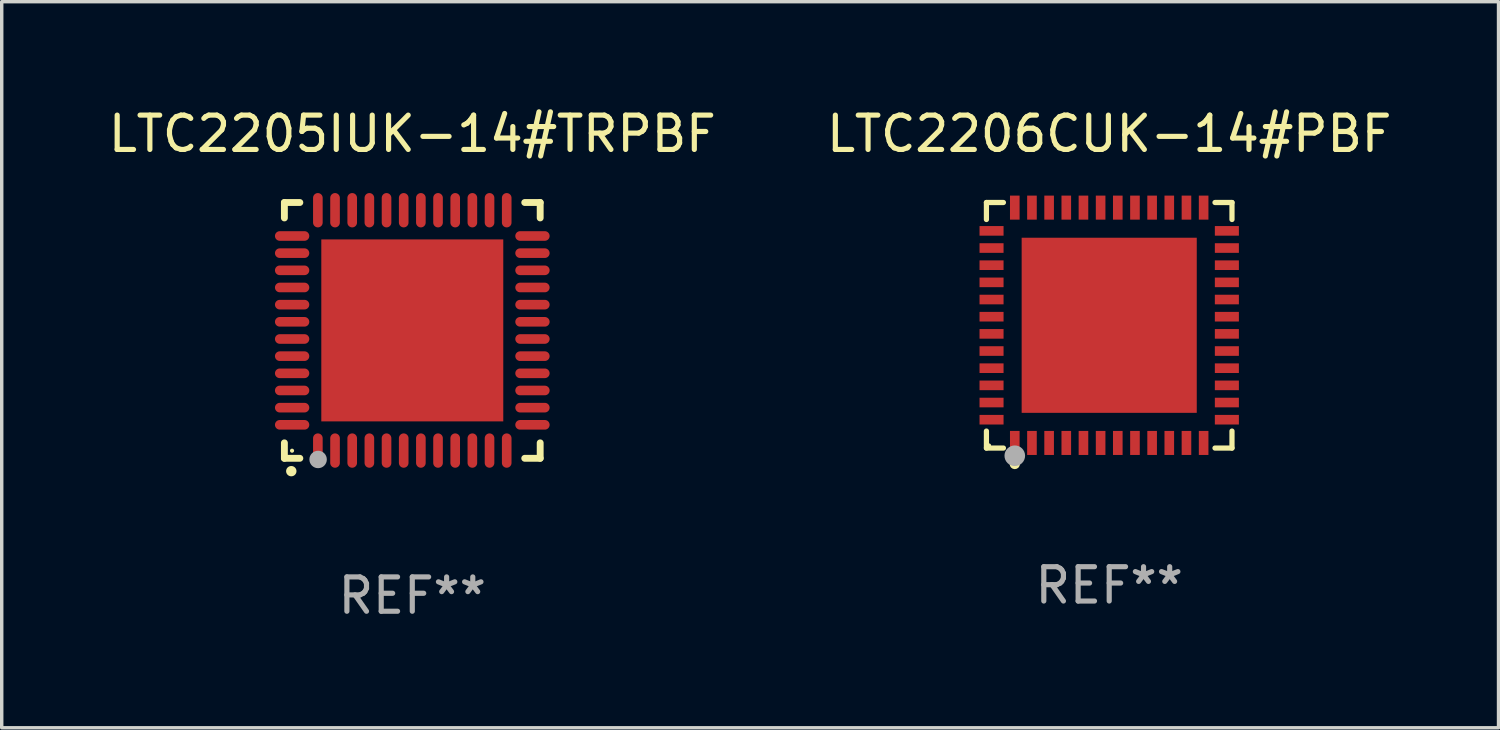
<source format=kicad_pcb>
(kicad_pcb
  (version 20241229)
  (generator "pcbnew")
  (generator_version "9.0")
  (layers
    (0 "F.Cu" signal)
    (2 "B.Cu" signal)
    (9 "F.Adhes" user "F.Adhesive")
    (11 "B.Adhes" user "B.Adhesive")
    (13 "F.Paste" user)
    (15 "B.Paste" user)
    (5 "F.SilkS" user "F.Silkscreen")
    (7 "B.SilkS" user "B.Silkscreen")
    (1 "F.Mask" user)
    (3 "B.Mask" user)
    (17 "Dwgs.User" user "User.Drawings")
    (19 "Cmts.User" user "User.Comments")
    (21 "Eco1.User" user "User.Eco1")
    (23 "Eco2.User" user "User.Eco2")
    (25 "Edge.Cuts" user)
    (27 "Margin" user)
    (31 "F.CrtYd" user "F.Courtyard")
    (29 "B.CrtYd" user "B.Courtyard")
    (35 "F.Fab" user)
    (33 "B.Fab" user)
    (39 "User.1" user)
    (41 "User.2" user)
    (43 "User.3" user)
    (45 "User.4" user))
  (footprint "LTC2205IUK-14#TRPBF"
    (layer "F.Cu")
    (at 8.958 6.573)
    (property "Reference" "LTC2205IUK-14#TRPBF" (at 0 -5.725 0) (layer "F.SilkS") (effects (font (size 1 1) (thickness 0.15))))
    (attr through_hole)
    (fp_line (start -3.725 -3.725) (end -3.275 -3.725) (stroke (width 0.2) (type solid)) (layer "F.SilkS"))
    (fp_line (start -3.725 -3.275) (end -3.725 -3.725) (stroke (width 0.2) (type solid)) (layer "F.SilkS"))
    (fp_line (start -3.725 3.725) (end -3.725 3.275) (stroke (width 0.2) (type solid)) (layer "F.SilkS"))
    (fp_line (start -3.275 3.725) (end -3.725 3.725) (stroke (width 0.2) (type solid)) (layer "F.SilkS"))
    (fp_line (start 3.275 3.725) (end 3.725 3.725) (stroke (width 0.2) (type solid)) (layer "F.SilkS"))
    (fp_line (start 3.725 -3.725) (end 3.275 -3.725) (stroke (width 0.2) (type solid)) (layer "F.SilkS"))
    (fp_line (start 3.725 -3.275) (end 3.725 -3.725) (stroke (width 0.2) (type solid)) (layer "F.SilkS"))
    (fp_line (start 3.725 3.725) (end 3.725 3.275) (stroke (width 0.2) (type solid)) (layer "F.SilkS"))
    (fp_arc (start -3.525527 4.099568) (mid -3.524257 4.099563) (end -3.522987 4.099568) (stroke (width 0.3) (type solid)) (layer "F.SilkS"))
    (fp_circle (center -3.502 3.504) (end -3.472 3.504) (stroke (width 0.06) (type solid)) (fill no) (layer "F.SilkS"))
    (fp_circle (center -2.743 3.759) (end -2.616 3.759) (stroke (width 0.254) (type solid)) (fill no) (layer "F.Fab"))
    (fp_text user "REF**" (at 0 7.725 0) (layer "F.Fab") (effects (font (size 1 1) (thickness 0.15))))
    (pad "1" smd oval (at -2.75 3.5) (size 0.28 1) (layers "F.Cu" "F.Mask" "F.Paste"))
    (pad "2" smd oval (at -2.25 3.5) (size 0.28 1) (layers "F.Cu" "F.Mask" "F.Paste"))
    (pad "3" smd oval (at -1.75 3.5) (size 0.28 1) (layers "F.Cu" "F.Mask" "F.Paste"))
    (pad "4" smd oval (at -1.25 3.5) (size 0.28 1) (layers "F.Cu" "F.Mask" "F.Paste"))
    (pad "5" smd oval (at -0.75 3.5) (size 0.28 1) (layers "F.Cu" "F.Mask" "F.Paste"))
    (pad "6" smd oval (at -0.25 3.5) (size 0.28 1) (layers "F.Cu" "F.Mask" "F.Paste"))
    (pad "7" smd oval (at 0.25 3.5) (size 0.28 1) (layers "F.Cu" "F.Mask" "F.Paste"))
    (pad "8" smd oval (at 0.75 3.5) (size 0.28 1) (layers "F.Cu" "F.Mask" "F.Paste"))
    (pad "9" smd oval (at 1.25 3.5) (size 0.28 1) (layers "F.Cu" "F.Mask" "F.Paste"))
    (pad "10" smd oval (at 1.75 3.5) (size 0.28 1) (layers "F.Cu" "F.Mask" "F.Paste"))
    (pad "11" smd oval (at 2.25 3.5) (size 0.28 1) (layers "F.Cu" "F.Mask" "F.Paste"))
    (pad "12" smd oval (at 2.75 3.5) (size 0.28 1) (layers "F.Cu" "F.Mask" "F.Paste"))
    (pad "13" smd oval (at 3.5 2.75) (size 1 0.28) (layers "F.Cu" "F.Mask" "F.Paste"))
    (pad "14" smd oval (at 3.5 2.25) (size 1 0.28) (layers "F.Cu" "F.Mask" "F.Paste"))
    (pad "15" smd oval (at 3.5 1.75) (size 1 0.28) (layers "F.Cu" "F.Mask" "F.Paste"))
    (pad "16" smd oval (at 3.5 1.25) (size 1 0.28) (layers "F.Cu" "F.Mask" "F.Paste"))
    (pad "17" smd oval (at 3.5 0.75) (size 1 0.28) (layers "F.Cu" "F.Mask" "F.Paste"))
    (pad "18" smd oval (at 3.5 0.25) (size 1 0.28) (layers "F.Cu" "F.Mask" "F.Paste"))
    (pad "19" smd oval (at 3.5 -0.25) (size 1 0.28) (layers "F.Cu" "F.Mask" "F.Paste"))
    (pad "20" smd oval (at 3.5 -0.75) (size 1 0.28) (layers "F.Cu" "F.Mask" "F.Paste"))
    (pad "21" smd oval (at 3.5 -1.25) (size 1 0.28) (layers "F.Cu" "F.Mask" "F.Paste"))
    (pad "22" smd oval (at 3.5 -1.75) (size 1 0.28) (layers "F.Cu" "F.Mask" "F.Paste"))
    (pad "23" smd oval (at 3.5 -2.25) (size 1 0.28) (layers "F.Cu" "F.Mask" "F.Paste"))
    (pad "24" smd oval (at 3.5 -2.75) (size 1 0.28) (layers "F.Cu" "F.Mask" "F.Paste"))
    (pad "25" smd oval (at 2.75 -3.5) (size 0.28 1) (layers "F.Cu" "F.Mask" "F.Paste"))
    (pad "26" smd oval (at 2.25 -3.5) (size 0.28 1) (layers "F.Cu" "F.Mask" "F.Paste"))
    (pad "27" smd oval (at 1.75 -3.5) (size 0.28 1) (layers "F.Cu" "F.Mask" "F.Paste"))
    (pad "28" smd oval (at 1.25 -3.5) (size 0.28 1) (layers "F.Cu" "F.Mask" "F.Paste"))
    (pad "29" smd oval (at 0.75 -3.5) (size 0.28 1) (layers "F.Cu" "F.Mask" "F.Paste"))
    (pad "30" smd oval (at 0.25 -3.5) (size 0.28 1) (layers "F.Cu" "F.Mask" "F.Paste"))
    (pad "31" smd oval (at -0.25 -3.5) (size 0.28 1) (layers "F.Cu" "F.Mask" "F.Paste"))
    (pad "32" smd oval (at -0.75 -3.5) (size 0.28 1) (layers "F.Cu" "F.Mask" "F.Paste"))
    (pad "33" smd oval (at -1.25 -3.5) (size 0.28 1) (layers "F.Cu" "F.Mask" "F.Paste"))
    (pad "34" smd oval (at -1.75 -3.5) (size 0.28 1) (layers "F.Cu" "F.Mask" "F.Paste"))
    (pad "35" smd oval (at -2.25 -3.5) (size 0.28 1) (layers "F.Cu" "F.Mask" "F.Paste"))
    (pad "36" smd oval (at -2.75 -3.5) (size 0.28 1) (layers "F.Cu" "F.Mask" "F.Paste"))
    (pad "37" smd oval (at -3.5 -2.75) (size 1 0.28) (layers "F.Cu" "F.Mask" "F.Paste"))
    (pad "38" smd oval (at -3.5 -2.25) (size 1 0.28) (layers "F.Cu" "F.Mask" "F.Paste"))
    (pad "39" smd oval (at -3.5 -1.75) (size 1 0.28) (layers "F.Cu" "F.Mask" "F.Paste"))
    (pad "40" smd oval (at -3.5 -1.25) (size 1 0.28) (layers "F.Cu" "F.Mask" "F.Paste"))
    (pad "41" smd oval (at -3.5 -0.75) (size 1 0.28) (layers "F.Cu" "F.Mask" "F.Paste"))
    (pad "42" smd oval (at -3.5 -0.25) (size 1 0.28) (layers "F.Cu" "F.Mask" "F.Paste"))
    (pad "43" smd oval (at -3.5 0.25) (size 1 0.28) (layers "F.Cu" "F.Mask" "F.Paste"))
    (pad "44" smd oval (at -3.5 0.75) (size 1 0.28) (layers "F.Cu" "F.Mask" "F.Paste"))
    (pad "45" smd oval (at -3.5 1.25) (size 1 0.28) (layers "F.Cu" "F.Mask" "F.Paste"))
    (pad "46" smd oval (at -3.5 1.75) (size 1 0.28) (layers "F.Cu" "F.Mask" "F.Paste"))
    (pad "47" smd oval (at -3.5 2.25) (size 1 0.28) (layers "F.Cu" "F.Mask" "F.Paste"))
    (pad "48" smd oval (at -3.5 2.75) (size 1 0.28) (layers "F.Cu" "F.Mask" "F.Paste"))
    (pad "49" smd rect (at 0 0) (size 5.3 5.3) (layers "F.Cu" "F.Mask" "F.Paste")))
  (footprint "LTC2206CUK-14#PBF"
    (layer "F.Cu")
    (at 29.256 6.424)
    (property "Reference" "LTC2206CUK-14#PBF" (at 0 -5.576 0) (layer "F.SilkS") (effects (font (size 1 1) (thickness 0.15))))
    (attr through_hole)
    (fp_line (start -3.576 -3.576) (end -3.081 -3.576) (stroke (width 0.152) (type solid)) (layer "F.SilkS"))
    (fp_line (start -3.576 -3.081) (end -3.576 -3.576) (stroke (width 0.152) (type solid)) (layer "F.SilkS"))
    (fp_line (start -3.576 3.081) (end -3.576 3.576) (stroke (width 0.152) (type solid)) (layer "F.SilkS"))
    (fp_line (start -3.576 3.576) (end -3.081 3.576) (stroke (width 0.152) (type solid)) (layer "F.SilkS"))
    (fp_line (start 3.576 -3.576) (end 3.081 -3.576) (stroke (width 0.152) (type solid)) (layer "F.SilkS"))
    (fp_line (start 3.576 -3.081) (end 3.576 -3.576) (stroke (width 0.152) (type solid)) (layer "F.SilkS"))
    (fp_line (start 3.576 3.081) (end 3.576 3.576) (stroke (width 0.152) (type solid)) (layer "F.SilkS"))
    (fp_line (start 3.576 3.576) (end 3.081 3.576) (stroke (width 0.152) (type solid)) (layer "F.SilkS"))
    (fp_circle (center -3.5 3.5) (end -3.47 3.5) (stroke (width 0.06) (type solid)) (fill no) (layer "F.SilkS"))
    (fp_circle (center -2.75 4.04) (end -2.675 4.04) (stroke (width 0.15) (type solid)) (fill no) (layer "F.SilkS"))
    (fp_circle (center -2.75 3.8) (end -2.6 3.8) (stroke (width 0.3) (type solid)) (fill no) (layer "F.Fab"))
    (fp_text user "REF**" (at 0 7.576 0) (layer "F.Fab") (effects (font (size 1 1) (thickness 0.15))))
    (pad "1" smd rect (at -2.75 3.427) (size 0.28 0.7) (layers "F.Cu" "F.Mask" "F.Paste"))
    (pad "2" smd rect (at -2.25 3.427) (size 0.28 0.7) (layers "F.Cu" "F.Mask" "F.Paste"))
    (pad "3" smd rect (at -1.75 3.427) (size 0.28 0.7) (layers "F.Cu" "F.Mask" "F.Paste"))
    (pad "4" smd rect (at -1.25 3.427) (size 0.28 0.7) (layers "F.Cu" "F.Mask" "F.Paste"))
    (pad "5" smd rect (at -0.75 3.427) (size 0.28 0.7) (layers "F.Cu" "F.Mask" "F.Paste"))
    (pad "6" smd rect (at -0.25 3.427) (size 0.28 0.7) (layers "F.Cu" "F.Mask" "F.Paste"))
    (pad "7" smd rect (at 0.25 3.427) (size 0.28 0.7) (layers "F.Cu" "F.Mask" "F.Paste"))
    (pad "8" smd rect (at 0.75 3.427) (size 0.28 0.7) (layers "F.Cu" "F.Mask" "F.Paste"))
    (pad "9" smd rect (at 1.25 3.427) (size 0.28 0.7) (layers "F.Cu" "F.Mask" "F.Paste"))
    (pad "10" smd rect (at 1.75 3.427) (size 0.28 0.7) (layers "F.Cu" "F.Mask" "F.Paste"))
    (pad "11" smd rect (at 2.25 3.427) (size 0.28 0.7) (layers "F.Cu" "F.Mask" "F.Paste"))
    (pad "12" smd rect (at 2.75 3.427) (size 0.28 0.7) (layers "F.Cu" "F.Mask" "F.Paste"))
    (pad "13" smd rect (at 3.427 2.75) (size 0.7 0.28) (layers "F.Cu" "F.Mask" "F.Paste"))
    (pad "14" smd rect (at 3.427 2.25) (size 0.7 0.28) (layers "F.Cu" "F.Mask" "F.Paste"))
    (pad "15" smd rect (at 3.427 1.75) (size 0.7 0.28) (layers "F.Cu" "F.Mask" "F.Paste"))
    (pad "16" smd rect (at 3.427 1.25) (size 0.7 0.28) (layers "F.Cu" "F.Mask" "F.Paste"))
    (pad "17" smd rect (at 3.427 0.75) (size 0.7 0.28) (layers "F.Cu" "F.Mask" "F.Paste"))
    (pad "18" smd rect (at 3.427 0.25) (size 0.7 0.28) (layers "F.Cu" "F.Mask" "F.Paste"))
    (pad "19" smd rect (at 3.427 -0.25) (size 0.7 0.28) (layers "F.Cu" "F.Mask" "F.Paste"))
    (pad "20" smd rect (at 3.427 -0.75) (size 0.7 0.28) (layers "F.Cu" "F.Mask" "F.Paste"))
    (pad "21" smd rect (at 3.427 -1.25) (size 0.7 0.28) (layers "F.Cu" "F.Mask" "F.Paste"))
    (pad "22" smd rect (at 3.427 -1.75) (size 0.7 0.28) (layers "F.Cu" "F.Mask" "F.Paste"))
    (pad "23" smd rect (at 3.427 -2.25) (size 0.7 0.28) (layers "F.Cu" "F.Mask" "F.Paste"))
    (pad "24" smd rect (at 3.427 -2.75) (size 0.7 0.28) (layers "F.Cu" "F.Mask" "F.Paste"))
    (pad "25" smd rect (at 2.75 -3.427) (size 0.28 0.7) (layers "F.Cu" "F.Mask" "F.Paste"))
    (pad "26" smd rect (at 2.25 -3.427) (size 0.28 0.7) (layers "F.Cu" "F.Mask" "F.Paste"))
    (pad "27" smd rect (at 1.75 -3.427) (size 0.28 0.7) (layers "F.Cu" "F.Mask" "F.Paste"))
    (pad "28" smd rect (at 1.25 -3.427) (size 0.28 0.7) (layers "F.Cu" "F.Mask" "F.Paste"))
    (pad "29" smd rect (at 0.75 -3.427) (size 0.28 0.7) (layers "F.Cu" "F.Mask" "F.Paste"))
    (pad "30" smd rect (at 0.25 -3.427) (size 0.28 0.7) (layers "F.Cu" "F.Mask" "F.Paste"))
    (pad "31" smd rect (at -0.25 -3.427) (size 0.28 0.7) (layers "F.Cu" "F.Mask" "F.Paste"))
    (pad "32" smd rect (at -0.75 -3.427) (size 0.28 0.7) (layers "F.Cu" "F.Mask" "F.Paste"))
    (pad "33" smd rect (at -1.25 -3.427) (size 0.28 0.7) (layers "F.Cu" "F.Mask" "F.Paste"))
    (pad "34" smd rect (at -1.75 -3.427) (size 0.28 0.7) (layers "F.Cu" "F.Mask" "F.Paste"))
    (pad "35" smd rect (at -2.25 -3.427) (size 0.28 0.7) (layers "F.Cu" "F.Mask" "F.Paste"))
    (pad "36" smd rect (at -2.75 -3.427) (size 0.28 0.7) (layers "F.Cu" "F.Mask" "F.Paste"))
    (pad "37" smd rect (at -3.427 -2.75) (size 0.7 0.28) (layers "F.Cu" "F.Mask" "F.Paste"))
    (pad "38" smd rect (at -3.427 -2.25) (size 0.7 0.28) (layers "F.Cu" "F.Mask" "F.Paste"))
    (pad "39" smd rect (at -3.427 -1.75) (size 0.7 0.28) (layers "F.Cu" "F.Mask" "F.Paste"))
    (pad "40" smd rect (at -3.427 -1.25) (size 0.7 0.28) (layers "F.Cu" "F.Mask" "F.Paste"))
    (pad "41" smd rect (at -3.427 -0.75) (size 0.7 0.28) (layers "F.Cu" "F.Mask" "F.Paste"))
    (pad "42" smd rect (at -3.427 -0.25) (size 0.7 0.28) (layers "F.Cu" "F.Mask" "F.Paste"))
    (pad "43" smd rect (at -3.427 0.25) (size 0.7 0.28) (layers "F.Cu" "F.Mask" "F.Paste"))
    (pad "44" smd rect (at -3.427 0.75) (size 0.7 0.28) (layers "F.Cu" "F.Mask" "F.Paste"))
    (pad "45" smd rect (at -3.427 1.25) (size 0.7 0.28) (layers "F.Cu" "F.Mask" "F.Paste"))
    (pad "46" smd rect (at -3.427 1.75) (size 0.7 0.28) (layers "F.Cu" "F.Mask" "F.Paste"))
    (pad "47" smd rect (at -3.427 2.25) (size 0.7 0.28) (layers "F.Cu" "F.Mask" "F.Paste"))
    (pad "48" smd rect (at -3.427 2.75) (size 0.7 0.28) (layers "F.Cu" "F.Mask" "F.Paste"))
    (pad "49" smd rect (at 0 0) (size 5.1 5.1) (layers "F.Cu" "F.Mask" "F.Paste")))
  (gr_rect
    (start -3 -3)
    (end 40.595 18.146)
    (stroke (width 0.1) (type default))
    (fill no)
    (layer "Edge.Cuts")))
</source>
